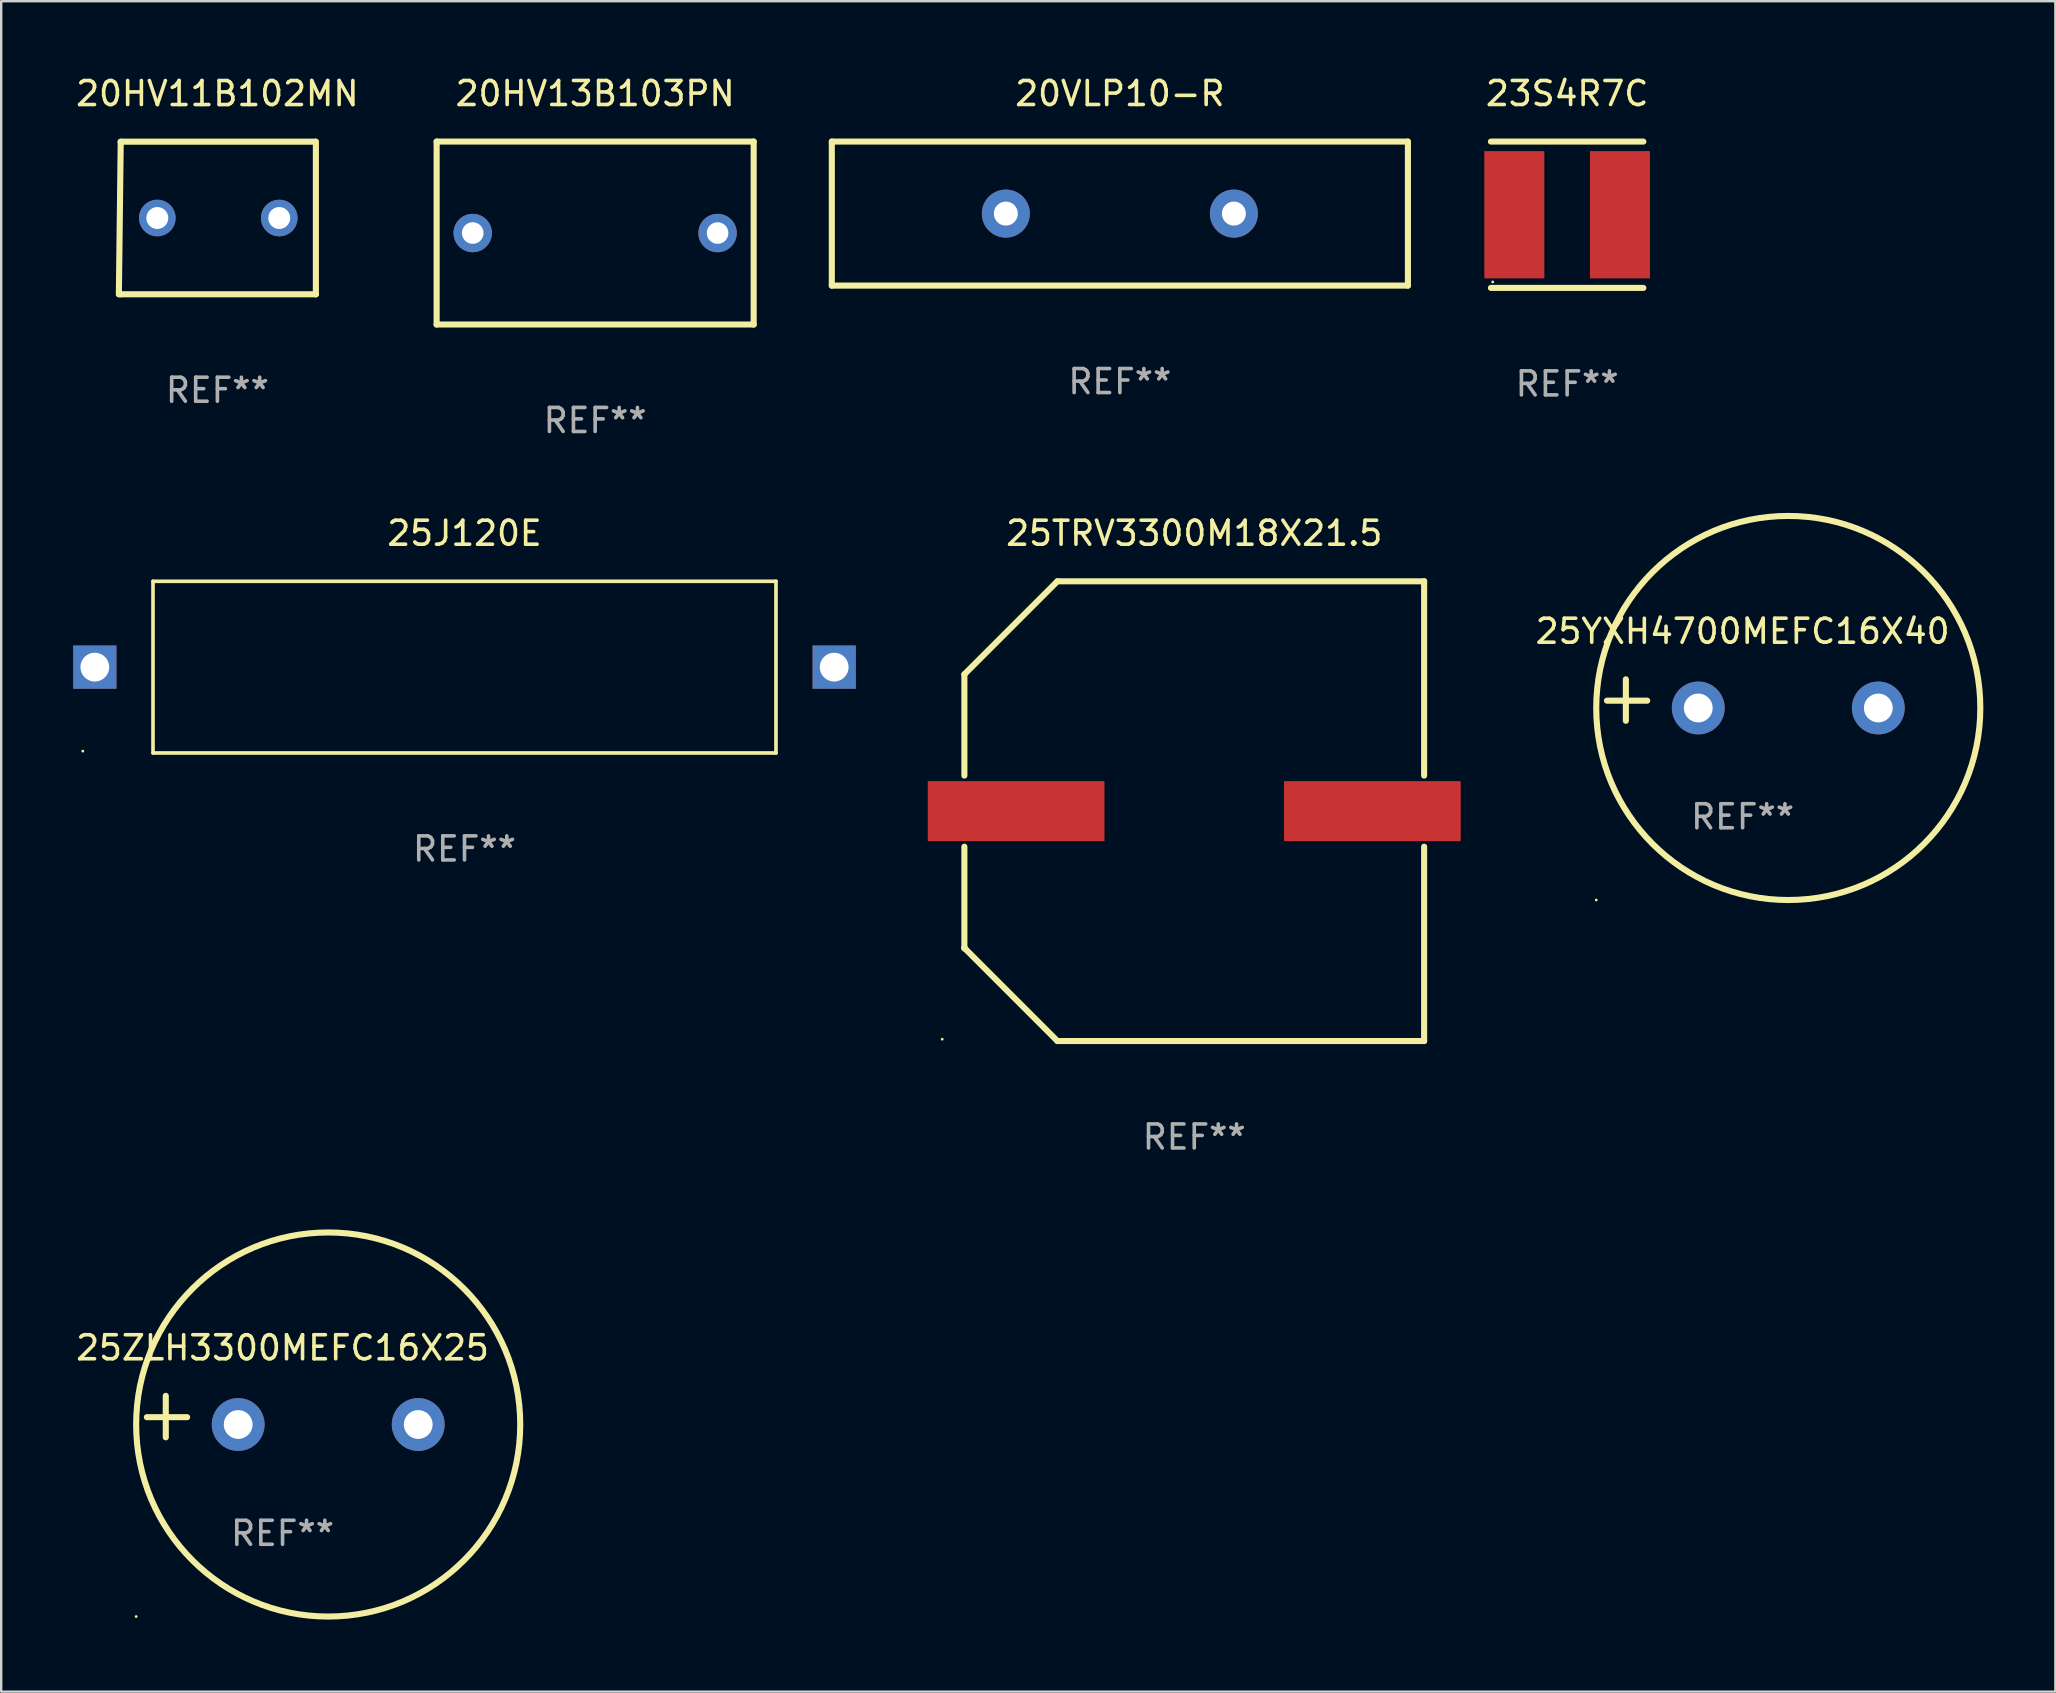
<source format=kicad_pcb>
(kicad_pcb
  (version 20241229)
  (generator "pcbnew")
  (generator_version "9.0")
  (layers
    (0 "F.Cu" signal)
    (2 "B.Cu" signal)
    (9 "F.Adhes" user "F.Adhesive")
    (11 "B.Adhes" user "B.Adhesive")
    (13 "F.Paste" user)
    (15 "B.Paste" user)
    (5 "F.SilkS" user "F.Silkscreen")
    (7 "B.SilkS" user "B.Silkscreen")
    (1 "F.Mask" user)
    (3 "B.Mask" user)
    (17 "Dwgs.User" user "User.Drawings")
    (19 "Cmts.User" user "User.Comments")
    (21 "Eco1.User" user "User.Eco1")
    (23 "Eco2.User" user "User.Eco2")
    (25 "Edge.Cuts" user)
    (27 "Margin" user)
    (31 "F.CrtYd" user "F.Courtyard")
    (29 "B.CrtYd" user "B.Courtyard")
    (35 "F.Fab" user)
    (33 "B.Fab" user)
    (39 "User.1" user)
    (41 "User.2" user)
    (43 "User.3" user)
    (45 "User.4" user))
  (footprint "23S4R7C"
    (layer "F.Cu")
    (at 62.234 5.896)
    (property "Reference" "23S4R7C" (at 0 -5.048 0) (layer "F.SilkS") (effects (font (size 1 1) (thickness 0.15))))
    (attr through_hole)
    (fp_line (start -3.175 -3.048) (end 3.175 -3.048) (stroke (width 0.254) (type solid)) (layer "F.SilkS"))
    (fp_line (start -3.175 3.048) (end 3.175 3.048) (stroke (width 0.254) (type solid)) (layer "F.SilkS"))
    (fp_circle (center -3.1 2.8) (end -3.07 2.8) (stroke (width 0.06) (type solid)) (fill no) (layer "F.SilkS"))
    (fp_text user "REF**" (at 0 7.048 0) (layer "F.Fab") (effects (font (size 1 1) (thickness 0.15))))
    (pad "1" smd rect (at -2.2 0) (size 2.5 5.3) (layers "F.Cu" "F.Mask" "F.Paste"))
    (pad "2" smd rect (at 2.2 0) (size 2.5 5.3) (layers "F.Cu" "F.Mask" "F.Paste")))
  (footprint "20HV13B103PN"
    (layer "F.Cu")
    (at 21.743 6.658)
    (property "Reference" "20HV13B103PN" (at 0 -5.81 0) (layer "F.SilkS") (effects (font (size 1 1) (thickness 0.15))))
    (attr through_hole)
    (fp_line (start -6.604 -3.81) (end 6.604 -3.81) (stroke (width 0.254) (type solid)) (layer "F.SilkS"))
    (fp_line (start -6.604 3.81) (end -6.604 -3.81) (stroke (width 0.254) (type solid)) (layer "F.SilkS"))
    (fp_line (start 6.604 -3.81) (end 6.604 3.81) (stroke (width 0.254) (type solid)) (layer "F.SilkS"))
    (fp_line (start 6.604 3.81) (end -6.604 3.81) (stroke (width 0.254) (type solid)) (layer "F.SilkS"))
    (fp_circle (center -6.605 3.81) (end -6.575 3.81) (stroke (width 0.06) (type solid)) (fill no) (layer "F.SilkS"))
    (fp_text user "REF**" (at 0 7.81 0) (layer "F.Fab") (effects (font (size 1 1) (thickness 0.15))))
    (pad "1" thru_hole circle (at -5.1 0) (size 1.6 1.6) (drill 0.9) (layers "*.Cu" "*.Mask"))
    (pad "2" thru_hole circle (at 5.1 0) (size 1.6 1.6) (drill 0.9) (layers "*.Cu" "*.Mask")))
  (footprint "25J120E"
    (layer "F.Cu")
    (at 16.3 24.741)
    (property "Reference" "25J120E" (at 0 -5.576 0) (layer "F.SilkS") (effects (font (size 1 1) (thickness 0.15))))
    (attr through_hole)
    (fp_line (start -12.976 -3.576) (end 12.976 -3.576) (stroke (width 0.152) (type solid)) (layer "F.SilkS"))
    (fp_line (start -12.976 3.576) (end -12.976 -3.576) (stroke (width 0.152) (type solid)) (layer "F.SilkS"))
    (fp_line (start 12.976 -3.576) (end 12.976 3.576) (stroke (width 0.152) (type solid)) (layer "F.SilkS"))
    (fp_line (start 12.976 3.576) (end -12.976 3.576) (stroke (width 0.152) (type solid)) (layer "F.SilkS"))
    (fp_circle (center -15.9 3.5) (end -15.87 3.5) (stroke (width 0.06) (type solid)) (fill no) (layer "F.SilkS"))
    (fp_text user "REF**" (at 0 7.576 0) (layer "F.Fab") (effects (font (size 1 1) (thickness 0.15))))
    (pad "1" thru_hole rect (at -15.4 0) (size 1.8 1.8) (drill 1.2) (layers "*.Cu" "*.Mask"))
    (pad "2" thru_hole rect (at 15.4 0 180) (size 1.8 1.8) (drill 1.2) (layers "*.Cu" "*.Mask")))
  (footprint "20HV11B102MN"
    (layer "F.Cu")
    (at 6.006 6.029)
    (property "Reference" "20HV11B102MN" (at 0 -5.18 0) (layer "F.SilkS") (effects (font (size 1 1) (thickness 0.15))))
    (attr through_hole)
    (fp_line (start -4.103 3.073) (end -4.027 -3.161) (stroke (width 0.254) (type solid)) (layer "F.SilkS"))
    (fp_line (start -4.103 3.178) (end -4.103 3.073) (stroke (width 0.254) (type solid)) (layer "F.SilkS"))
    (fp_line (start -4.028 -3.177) (end 4.08 -3.177) (stroke (width 0.254) (type solid)) (layer "F.SilkS"))
    (fp_line (start -4.027 -3.161) (end -4.027 -3.174) (stroke (width 0.254) (type solid)) (layer "F.SilkS"))
    (fp_line (start -4.021 3.18) (end -4.103 3.178) (stroke (width 0.254) (type solid)) (layer "F.SilkS"))
    (fp_line (start 4.101 3.18) (end -4.021 3.18) (stroke (width 0.254) (type solid)) (layer "F.SilkS"))
    (fp_line (start 4.103 -3.18) (end 4.103 3.178) (stroke (width 0.254) (type solid)) (layer "F.SilkS"))
    (fp_line (start 4.103 3.178) (end 4.101 3.18) (stroke (width 0.254) (type solid)) (layer "F.SilkS"))
    (fp_circle (center -4.028 3.178) (end -3.998 3.178) (stroke (width 0.06) (type solid)) (fill no) (layer "F.SilkS"))
    (fp_text user "REF**" (at 0 7.18 0) (layer "F.Fab") (effects (font (size 1 1) (thickness 0.15))))
    (pad "1" thru_hole circle (at -2.503 0.003) (size 1.524 1.524) (drill 0.914) (layers "*.Cu" "*.Mask"))
    (pad "2" thru_hole circle (at 2.577 0.003) (size 1.524 1.524) (drill 0.914) (layers "*.Cu" "*.Mask")))
  (footprint "25YXH4700MEFC16X40"
    (layer "F.Cu")
    (at 69.544 26.113)
    (property "Reference" "25YXH4700MEFC16X40" (at 0 -2.864 0) (layer "F.SilkS") (effects (font (size 1 1) (thickness 0.15))))
    (attr through_hole)
    (fp_line (start -4.864 0.864) (end -4.864 -0.864) (stroke (width 0.254) (type solid)) (layer "F.SilkS"))
    (fp_line (start -3.975 0.025) (end -5.652 0.025) (stroke (width 0.254) (type solid)) (layer "F.SilkS"))
    (fp_circle (center -6.098 8.33) (end -6.068 8.33) (stroke (width 0.06) (type solid)) (fill no) (layer "F.SilkS"))
    (fp_circle (center 1.902 0.33) (end 9.902 0.33) (stroke (width 0.254) (type solid)) (fill no) (layer "F.SilkS"))
    (fp_text user "REF**" (at 0 4.864 0) (layer "F.Fab") (effects (font (size 1 1) (thickness 0.15))))
    (pad "1" thru_hole circle (at -1.848 0.33) (size 2.2 2.2) (drill 1.2) (layers "*.Cu" "*.Mask"))
    (pad "2" thru_hole circle (at 5.652 0.33) (size 2.2 2.2) (drill 1.2) (layers "*.Cu" "*.Mask")))
  (footprint "25TRV3300M18X21.5"
    (layer "F.Cu")
    (at 46.7 30.741)
    (property "Reference" "25TRV3300M18X21.5" (at 0 -11.576 0) (layer "F.SilkS") (effects (font (size 1 1) (thickness 0.15))))
    (attr through_hole)
    (fp_line (start -9.576 -5.7) (end -9.576 -1.481) (stroke (width 0.254) (type solid)) (layer "F.SilkS"))
    (fp_line (start -9.576 1.481) (end -9.576 5.7) (stroke (width 0.254) (type solid)) (layer "F.SilkS"))
    (fp_line (start -9.576 5.7) (end -9.576 5.7) (stroke (width 0.254) (type solid)) (layer "F.SilkS"))
    (fp_line (start -9.576 5.7) (end -9.532 5.744) (stroke (width 0.254) (type solid)) (layer "F.SilkS"))
    (fp_line (start -9.576 5.7) (end -5.7 9.576) (stroke (width 0.254) (type solid)) (layer "F.SilkS"))
    (fp_line (start -5.7 9.576) (end 9.576 9.576) (stroke (width 0.254) (type solid)) (layer "F.SilkS"))
    (fp_line (start -5.7 -9.576) (end -9.576 -5.7) (stroke (width 0.254) (type solid)) (layer "F.SilkS"))
    (fp_line (start 9.576 -9.576) (end -5.7 -9.576) (stroke (width 0.254) (type solid)) (layer "F.SilkS"))
    (fp_line (start 9.576 -1.481) (end 9.576 -9.576) (stroke (width 0.254) (type solid)) (layer "F.SilkS"))
    (fp_line (start 9.576 9.576) (end 9.576 1.481) (stroke (width 0.254) (type solid)) (layer "F.SilkS"))
    (fp_circle (center -10.5 9.5) (end -10.47 9.5) (stroke (width 0.06) (type solid)) (fill no) (layer "F.SilkS"))
    (fp_text user "REF**" (at 0 13.576 0) (layer "F.Fab") (effects (font (size 1 1) (thickness 0.15))))
    (pad "1" smd rect (at -7.42 -0.000064) (size 7.36 2.5) (layers "F.Cu" "F.Mask" "F.Paste"))
    (pad "2" smd rect (at 7.42 -0.000064) (size 7.36 2.5) (layers "F.Cu" "F.Mask" "F.Paste")))
  (footprint "20VLP10-R"
    (layer "F.Cu")
    (at 43.601 5.848)
    (property "Reference" "20VLP10-R" (at 0 -5 0) (layer "F.SilkS") (effects (font (size 1 1) (thickness 0.15))))
    (attr through_hole)
    (fp_line (start -12 -3) (end 12 -3) (stroke (width 0.254) (type solid)) (layer "F.SilkS"))
    (fp_line (start -12 3) (end -12 -3) (stroke (width 0.254) (type solid)) (layer "F.SilkS"))
    (fp_line (start 12 -3) (end 12 3) (stroke (width 0.254) (type solid)) (layer "F.SilkS"))
    (fp_line (start 12 3) (end -12 3) (stroke (width 0.254) (type solid)) (layer "F.SilkS"))
    (fp_circle (center -12.05 2.9) (end -12.02 2.9) (stroke (width 0.06) (type solid)) (fill no) (layer "F.SilkS"))
    (fp_text user "REF**" (at 0 7 0) (layer "F.Fab") (effects (font (size 1 1) (thickness 0.15))))
    (pad "1" thru_hole circle (at -4.75 0) (size 2 2) (drill 1) (layers "*.Cu" "*.Mask"))
    (pad "2" thru_hole circle (at 4.75 0) (size 2 2) (drill 1) (layers "*.Cu" "*.Mask")))
  (footprint "25ZLH3300MEFC16X25"
    (layer "F.Cu")
    (at 8.72 55.962)
    (property "Reference" "25ZLH3300MEFC16X25" (at 0 -2.864 0) (layer "F.SilkS") (effects (font (size 1 1) (thickness 0.15))))
    (attr through_hole)
    (fp_line (start -4.864 0.864) (end -4.864 -0.864) (stroke (width 0.254) (type solid)) (layer "F.SilkS"))
    (fp_line (start -3.975 0.025) (end -5.652 0.025) (stroke (width 0.254) (type solid)) (layer "F.SilkS"))
    (fp_circle (center -6.099 8.33) (end -6.069 8.33) (stroke (width 0.06) (type solid)) (fill no) (layer "F.SilkS"))
    (fp_circle (center 1.902 0.33) (end 9.902 0.33) (stroke (width 0.254) (type solid)) (fill no) (layer "F.SilkS"))
    (fp_text user "REF**" (at 0 4.864 0) (layer "F.Fab") (effects (font (size 1 1) (thickness 0.15))))
    (pad "1" thru_hole circle (at -1.848 0.33) (size 2.2 2.2) (drill 1.2) (layers "*.Cu" "*.Mask"))
    (pad "2" thru_hole circle (at 5.652 0.33) (size 2.2 2.2) (drill 1.2) (layers "*.Cu" "*.Mask")))
  (gr_rect
    (start -3 -3)
    (end 82.573 67.42)
    (stroke (width 0.1) (type default))
    (fill no)
    (layer "Edge.Cuts")))
</source>
